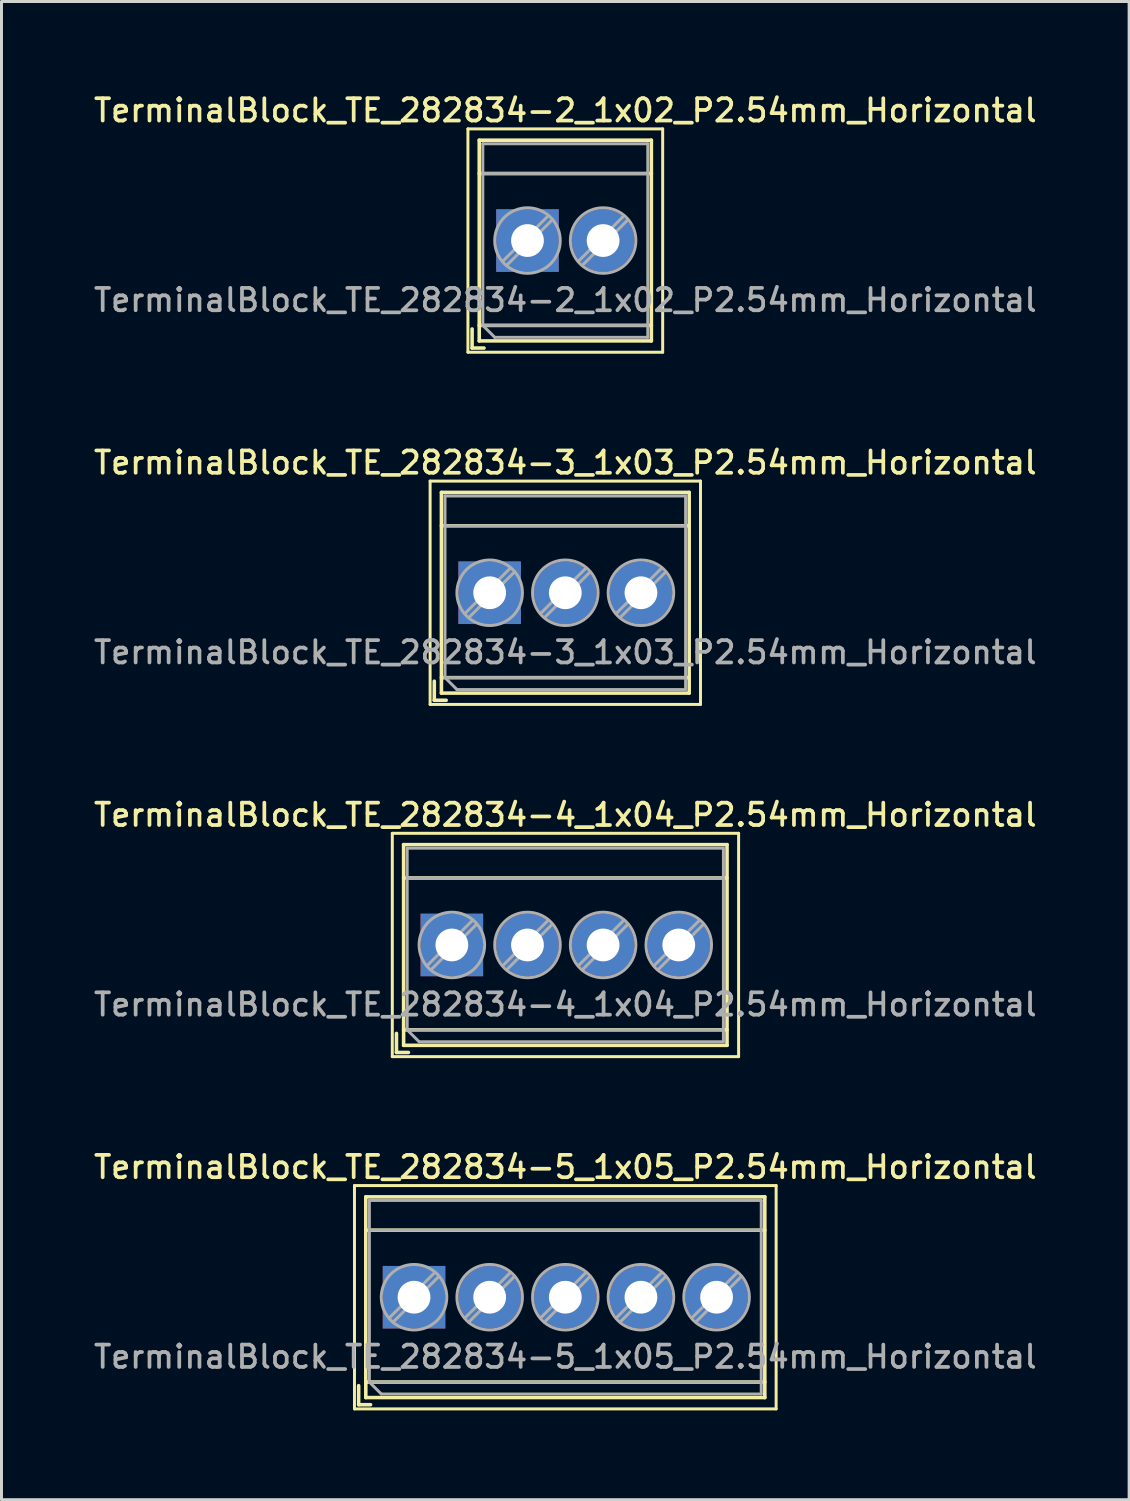
<source format=kicad_pcb>
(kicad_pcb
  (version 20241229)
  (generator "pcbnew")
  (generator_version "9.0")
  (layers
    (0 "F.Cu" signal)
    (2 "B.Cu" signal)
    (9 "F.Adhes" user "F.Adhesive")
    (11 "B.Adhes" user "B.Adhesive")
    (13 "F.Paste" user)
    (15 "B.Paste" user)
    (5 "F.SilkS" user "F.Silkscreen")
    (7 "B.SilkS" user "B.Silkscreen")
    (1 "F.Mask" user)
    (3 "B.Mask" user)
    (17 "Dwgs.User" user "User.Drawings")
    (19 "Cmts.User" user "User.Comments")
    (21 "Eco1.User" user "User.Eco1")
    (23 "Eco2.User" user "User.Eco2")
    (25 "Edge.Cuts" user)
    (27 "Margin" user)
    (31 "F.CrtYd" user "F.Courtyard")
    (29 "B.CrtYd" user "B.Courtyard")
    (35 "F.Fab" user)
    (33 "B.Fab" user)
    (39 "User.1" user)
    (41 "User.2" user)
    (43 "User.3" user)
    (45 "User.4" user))
  (footprint "TerminalBlock_TE_282834-2_1x02_P2.54mm_Horizontal"
    (layer "F.Cu")
    (at 14.664 5.028)
    (property "Reference" "TerminalBlock_TE_282834-2_1x02_P2.54mm_Horizontal" (at 1.27 -4.37 0) (layer "F.SilkS") (effects (font (size 0.75 0.75) (thickness 0.125))))
    (attr through_hole)
    (fp_line (start -2 -3.75) (end -2 3.75) (stroke (width 0.1) (type solid)) (layer "F.SilkS"))
    (fp_line (start -2 3.75) (end 4.54 3.75) (stroke (width 0.1) (type solid)) (layer "F.SilkS"))
    (fp_line (start -1.86 2.97) (end -1.86 3.61) (stroke (width 0.12) (type solid)) (layer "F.SilkS"))
    (fp_line (start -1.86 3.61) (end -1.46 3.61) (stroke (width 0.12) (type solid)) (layer "F.SilkS"))
    (fp_line (start -1.62 -3.37) (end -1.62 3.37) (stroke (width 0.12) (type solid)) (layer "F.SilkS"))
    (fp_line (start -1.62 -3.37) (end 4.16 -3.37) (stroke (width 0.12) (type solid)) (layer "F.SilkS"))
    (fp_line (start -1.62 -2.25) (end 4.16 -2.25) (stroke (width 0.12) (type solid)) (layer "F.SilkS"))
    (fp_line (start -1.62 2.85) (end 4.16 2.85) (stroke (width 0.12) (type solid)) (layer "F.SilkS"))
    (fp_line (start -1.62 3.37) (end 4.16 3.37) (stroke (width 0.12) (type solid)) (layer "F.SilkS"))
    (fp_line (start 4.16 -3.37) (end 4.16 3.37) (stroke (width 0.12) (type solid)) (layer "F.SilkS"))
    (fp_line (start 4.54 -3.75) (end -2 -3.75) (stroke (width 0.1) (type solid)) (layer "F.SilkS"))
    (fp_line (start 4.54 3.75) (end 4.54 -3.75) (stroke (width 0.1) (type solid)) (layer "F.SilkS"))
    (fp_line (start -1.5 -3.25) (end 4.04 -3.25) (stroke (width 0.1) (type solid)) (layer "F.Fab"))
    (fp_line (start -1.5 -2.25) (end 4.04 -2.25) (stroke (width 0.1) (type solid)) (layer "F.Fab"))
    (fp_line (start -1.5 2.85) (end -1.5 -3.25) (stroke (width 0.1) (type solid)) (layer "F.Fab"))
    (fp_line (start -1.5 2.85) (end 4.04 2.85) (stroke (width 0.1) (type solid)) (layer "F.Fab"))
    (fp_line (start -1.1 3.25) (end -1.5 2.85) (stroke (width 0.1) (type solid)) (layer "F.Fab"))
    (fp_line (start 0.701 -0.835) (end -0.835 0.7) (stroke (width 0.1) (type solid)) (layer "F.Fab"))
    (fp_line (start 0.835 -0.7) (end -0.701 0.835) (stroke (width 0.1) (type solid)) (layer "F.Fab"))
    (fp_line (start 3.241 -0.835) (end 1.706 0.7) (stroke (width 0.1) (type solid)) (layer "F.Fab"))
    (fp_line (start 3.375 -0.7) (end 1.84 0.835) (stroke (width 0.1) (type solid)) (layer "F.Fab"))
    (fp_line (start 4.04 -3.25) (end 4.04 3.25) (stroke (width 0.1) (type solid)) (layer "F.Fab"))
    (fp_line (start 4.04 3.25) (end -1.1 3.25) (stroke (width 0.1) (type solid)) (layer "F.Fab"))
    (fp_circle (center 0 0) (end 1.1 0) (stroke (width 0.1) (type solid)) (fill no) (layer "F.Fab"))
    (fp_circle (center 2.54 0) (end 3.64 0) (stroke (width 0.1) (type solid)) (fill no) (layer "F.Fab"))
    (fp_text user "${REFERENCE}" (at 1.27 2 0) (layer "F.Fab") (effects (font (size 0.75 0.75) (thickness 0.125))))
    (pad "1" thru_hole rect (at 0 0) (size 2.1 2.1) (drill 1.1) (layers "*.Cu" "*.Mask"))
    (pad "2" thru_hole circle (at 2.54 0) (size 2.1 2.1) (drill 1.1) (layers "*.Cu" "*.Mask")))
  (footprint "TerminalBlock_TE_282834-4_1x04_P2.54mm_Horizontal"
    (layer "F.Cu")
    (at 12.124 28.684)
    (property "Reference" "TerminalBlock_TE_282834-4_1x04_P2.54mm_Horizontal" (at 3.81 -4.37 0) (layer "F.SilkS") (effects (font (size 0.75 0.75) (thickness 0.125))))
    (attr through_hole)
    (fp_line (start -2 -3.75) (end -2 3.75) (stroke (width 0.1) (type solid)) (layer "F.SilkS"))
    (fp_line (start -2 3.75) (end 9.63 3.75) (stroke (width 0.1) (type solid)) (layer "F.SilkS"))
    (fp_line (start -1.86 2.97) (end -1.86 3.61) (stroke (width 0.12) (type solid)) (layer "F.SilkS"))
    (fp_line (start -1.86 3.61) (end -1.46 3.61) (stroke (width 0.12) (type solid)) (layer "F.SilkS"))
    (fp_line (start -1.62 -3.37) (end -1.62 3.37) (stroke (width 0.12) (type solid)) (layer "F.SilkS"))
    (fp_line (start -1.62 -3.37) (end 9.241 -3.37) (stroke (width 0.12) (type solid)) (layer "F.SilkS"))
    (fp_line (start -1.62 -2.25) (end 9.241 -2.25) (stroke (width 0.12) (type solid)) (layer "F.SilkS"))
    (fp_line (start -1.62 2.85) (end 9.241 2.85) (stroke (width 0.12) (type solid)) (layer "F.SilkS"))
    (fp_line (start -1.62 3.37) (end 9.241 3.37) (stroke (width 0.12) (type solid)) (layer "F.SilkS"))
    (fp_line (start 9.241 -3.37) (end 9.241 3.37) (stroke (width 0.12) (type solid)) (layer "F.SilkS"))
    (fp_line (start 9.63 -3.75) (end -2 -3.75) (stroke (width 0.1) (type solid)) (layer "F.SilkS"))
    (fp_line (start 9.63 3.75) (end 9.63 -3.75) (stroke (width 0.1) (type solid)) (layer "F.SilkS"))
    (fp_line (start -1.5 -3.25) (end 9.12 -3.25) (stroke (width 0.1) (type solid)) (layer "F.Fab"))
    (fp_line (start -1.5 -2.25) (end 9.12 -2.25) (stroke (width 0.1) (type solid)) (layer "F.Fab"))
    (fp_line (start -1.5 2.85) (end -1.5 -3.25) (stroke (width 0.1) (type solid)) (layer "F.Fab"))
    (fp_line (start -1.5 2.85) (end 9.12 2.85) (stroke (width 0.1) (type solid)) (layer "F.Fab"))
    (fp_line (start -1.1 3.25) (end -1.5 2.85) (stroke (width 0.1) (type solid)) (layer "F.Fab"))
    (fp_line (start 0.701 -0.835) (end -0.835 0.7) (stroke (width 0.1) (type solid)) (layer "F.Fab"))
    (fp_line (start 0.835 -0.7) (end -0.701 0.835) (stroke (width 0.1) (type solid)) (layer "F.Fab"))
    (fp_line (start 3.241 -0.835) (end 1.706 0.7) (stroke (width 0.1) (type solid)) (layer "F.Fab"))
    (fp_line (start 3.375 -0.7) (end 1.84 0.835) (stroke (width 0.1) (type solid)) (layer "F.Fab"))
    (fp_line (start 5.781 -0.835) (end 4.246 0.7) (stroke (width 0.1) (type solid)) (layer "F.Fab"))
    (fp_line (start 5.915 -0.7) (end 4.38 0.835) (stroke (width 0.1) (type solid)) (layer "F.Fab"))
    (fp_line (start 8.321 -0.835) (end 6.786 0.7) (stroke (width 0.1) (type solid)) (layer "F.Fab"))
    (fp_line (start 8.455 -0.7) (end 6.92 0.835) (stroke (width 0.1) (type solid)) (layer "F.Fab"))
    (fp_line (start 9.12 -3.25) (end 9.12 3.25) (stroke (width 0.1) (type solid)) (layer "F.Fab"))
    (fp_line (start 9.12 3.25) (end -1.1 3.25) (stroke (width 0.1) (type solid)) (layer "F.Fab"))
    (fp_circle (center 0 0) (end 1.1 0) (stroke (width 0.1) (type solid)) (fill no) (layer "F.Fab"))
    (fp_circle (center 2.54 0) (end 3.64 0) (stroke (width 0.1) (type solid)) (fill no) (layer "F.Fab"))
    (fp_circle (center 5.08 0) (end 6.18 0) (stroke (width 0.1) (type solid)) (fill no) (layer "F.Fab"))
    (fp_circle (center 7.62 0) (end 8.72 0) (stroke (width 0.1) (type solid)) (fill no) (layer "F.Fab"))
    (fp_text user "${REFERENCE}" (at 3.81 2 0) (layer "F.Fab") (effects (font (size 0.75 0.75) (thickness 0.125))))
    (pad "1" thru_hole rect (at 0 0) (size 2.1 2.1) (drill 1.1) (layers "*.Cu" "*.Mask"))
    (pad "2" thru_hole circle (at 2.54 0) (size 2.1 2.1) (drill 1.1) (layers "*.Cu" "*.Mask"))
    (pad "3" thru_hole circle (at 5.08 0) (size 2.1 2.1) (drill 1.1) (layers "*.Cu" "*.Mask"))
    (pad "4" thru_hole circle (at 7.62 0) (size 2.1 2.1) (drill 1.1) (layers "*.Cu" "*.Mask")))
  (footprint "TerminalBlock_TE_282834-3_1x03_P2.54mm_Horizontal"
    (layer "F.Cu")
    (at 13.394 16.856)
    (property "Reference" "TerminalBlock_TE_282834-3_1x03_P2.54mm_Horizontal" (at 2.54 -4.37 0) (layer "F.SilkS") (effects (font (size 0.75 0.75) (thickness 0.125))))
    (attr through_hole)
    (fp_line (start -2 -3.75) (end -2 3.75) (stroke (width 0.1) (type solid)) (layer "F.SilkS"))
    (fp_line (start -2 3.75) (end 7.08 3.75) (stroke (width 0.1) (type solid)) (layer "F.SilkS"))
    (fp_line (start -1.86 2.97) (end -1.86 3.61) (stroke (width 0.12) (type solid)) (layer "F.SilkS"))
    (fp_line (start -1.86 3.61) (end -1.46 3.61) (stroke (width 0.12) (type solid)) (layer "F.SilkS"))
    (fp_line (start -1.62 -3.37) (end -1.62 3.37) (stroke (width 0.12) (type solid)) (layer "F.SilkS"))
    (fp_line (start -1.62 -3.37) (end 6.7 -3.37) (stroke (width 0.12) (type solid)) (layer "F.SilkS"))
    (fp_line (start -1.62 -2.25) (end 6.7 -2.25) (stroke (width 0.12) (type solid)) (layer "F.SilkS"))
    (fp_line (start -1.62 2.85) (end 6.7 2.85) (stroke (width 0.12) (type solid)) (layer "F.SilkS"))
    (fp_line (start -1.62 3.37) (end 6.7 3.37) (stroke (width 0.12) (type solid)) (layer "F.SilkS"))
    (fp_line (start 6.7 -3.37) (end 6.7 3.37) (stroke (width 0.12) (type solid)) (layer "F.SilkS"))
    (fp_line (start 7.08 -3.75) (end -2 -3.75) (stroke (width 0.1) (type solid)) (layer "F.SilkS"))
    (fp_line (start 7.08 3.75) (end 7.08 -3.75) (stroke (width 0.1) (type solid)) (layer "F.SilkS"))
    (fp_line (start -1.5 -3.25) (end 6.58 -3.25) (stroke (width 0.1) (type solid)) (layer "F.Fab"))
    (fp_line (start -1.5 -2.25) (end 6.58 -2.25) (stroke (width 0.1) (type solid)) (layer "F.Fab"))
    (fp_line (start -1.5 2.85) (end -1.5 -3.25) (stroke (width 0.1) (type solid)) (layer "F.Fab"))
    (fp_line (start -1.5 2.85) (end 6.58 2.85) (stroke (width 0.1) (type solid)) (layer "F.Fab"))
    (fp_line (start -1.1 3.25) (end -1.5 2.85) (stroke (width 0.1) (type solid)) (layer "F.Fab"))
    (fp_line (start 0.701 -0.835) (end -0.835 0.7) (stroke (width 0.1) (type solid)) (layer "F.Fab"))
    (fp_line (start 0.835 -0.7) (end -0.701 0.835) (stroke (width 0.1) (type solid)) (layer "F.Fab"))
    (fp_line (start 3.241 -0.835) (end 1.706 0.7) (stroke (width 0.1) (type solid)) (layer "F.Fab"))
    (fp_line (start 3.375 -0.7) (end 1.84 0.835) (stroke (width 0.1) (type solid)) (layer "F.Fab"))
    (fp_line (start 5.781 -0.835) (end 4.246 0.7) (stroke (width 0.1) (type solid)) (layer "F.Fab"))
    (fp_line (start 5.915 -0.7) (end 4.38 0.835) (stroke (width 0.1) (type solid)) (layer "F.Fab"))
    (fp_line (start 6.58 -3.25) (end 6.58 3.25) (stroke (width 0.1) (type solid)) (layer "F.Fab"))
    (fp_line (start 6.58 3.25) (end -1.1 3.25) (stroke (width 0.1) (type solid)) (layer "F.Fab"))
    (fp_circle (center 0 0) (end 1.1 0) (stroke (width 0.1) (type solid)) (fill no) (layer "F.Fab"))
    (fp_circle (center 2.54 0) (end 3.64 0) (stroke (width 0.1) (type solid)) (fill no) (layer "F.Fab"))
    (fp_circle (center 5.08 0) (end 6.18 0) (stroke (width 0.1) (type solid)) (fill no) (layer "F.Fab"))
    (fp_text user "${REFERENCE}" (at 2.54 2 0) (layer "F.Fab") (effects (font (size 0.75 0.75) (thickness 0.125))))
    (pad "1" thru_hole rect (at 0 0) (size 2.1 2.1) (drill 1.1) (layers "*.Cu" "*.Mask"))
    (pad "2" thru_hole circle (at 2.54 0) (size 2.1 2.1) (drill 1.1) (layers "*.Cu" "*.Mask"))
    (pad "3" thru_hole circle (at 5.08 0) (size 2.1 2.1) (drill 1.1) (layers "*.Cu" "*.Mask")))
  (footprint "TerminalBlock_TE_282834-5_1x05_P2.54mm_Horizontal"
    (layer "F.Cu")
    (at 10.854 40.513)
    (property "Reference" "TerminalBlock_TE_282834-5_1x05_P2.54mm_Horizontal" (at 5.08 -4.37 0) (layer "F.SilkS") (effects (font (size 0.75 0.75) (thickness 0.125))))
    (attr through_hole)
    (fp_line (start -2 -3.75) (end -2 3.75) (stroke (width 0.1) (type solid)) (layer "F.SilkS"))
    (fp_line (start -2 3.75) (end 12.16 3.75) (stroke (width 0.1) (type solid)) (layer "F.SilkS"))
    (fp_line (start -1.86 2.97) (end -1.86 3.61) (stroke (width 0.12) (type solid)) (layer "F.SilkS"))
    (fp_line (start -1.86 3.61) (end -1.46 3.61) (stroke (width 0.12) (type solid)) (layer "F.SilkS"))
    (fp_line (start -1.62 -3.37) (end -1.62 3.37) (stroke (width 0.12) (type solid)) (layer "F.SilkS"))
    (fp_line (start -1.62 -3.37) (end 11.78 -3.37) (stroke (width 0.12) (type solid)) (layer "F.SilkS"))
    (fp_line (start -1.62 -2.25) (end 11.78 -2.25) (stroke (width 0.12) (type solid)) (layer "F.SilkS"))
    (fp_line (start -1.62 2.85) (end 11.78 2.85) (stroke (width 0.12) (type solid)) (layer "F.SilkS"))
    (fp_line (start -1.62 3.37) (end 11.78 3.37) (stroke (width 0.12) (type solid)) (layer "F.SilkS"))
    (fp_line (start 11.78 -3.37) (end 11.78 3.37) (stroke (width 0.12) (type solid)) (layer "F.SilkS"))
    (fp_line (start 12.16 -3.75) (end -2 -3.75) (stroke (width 0.1) (type solid)) (layer "F.SilkS"))
    (fp_line (start 12.16 3.75) (end 12.16 -3.75) (stroke (width 0.1) (type solid)) (layer "F.SilkS"))
    (fp_line (start -1.5 -3.25) (end 11.66 -3.25) (stroke (width 0.1) (type solid)) (layer "F.Fab"))
    (fp_line (start -1.5 -2.25) (end 11.66 -2.25) (stroke (width 0.1) (type solid)) (layer "F.Fab"))
    (fp_line (start -1.5 2.85) (end -1.5 -3.25) (stroke (width 0.1) (type solid)) (layer "F.Fab"))
    (fp_line (start -1.5 2.85) (end 11.66 2.85) (stroke (width 0.1) (type solid)) (layer "F.Fab"))
    (fp_line (start -1.1 3.25) (end -1.5 2.85) (stroke (width 0.1) (type solid)) (layer "F.Fab"))
    (fp_line (start 0.701 -0.835) (end -0.835 0.7) (stroke (width 0.1) (type solid)) (layer "F.Fab"))
    (fp_line (start 0.835 -0.7) (end -0.701 0.835) (stroke (width 0.1) (type solid)) (layer "F.Fab"))
    (fp_line (start 3.241 -0.835) (end 1.706 0.7) (stroke (width 0.1) (type solid)) (layer "F.Fab"))
    (fp_line (start 3.375 -0.7) (end 1.84 0.835) (stroke (width 0.1) (type solid)) (layer "F.Fab"))
    (fp_line (start 5.781 -0.835) (end 4.246 0.7) (stroke (width 0.1) (type solid)) (layer "F.Fab"))
    (fp_line (start 5.915 -0.7) (end 4.38 0.835) (stroke (width 0.1) (type solid)) (layer "F.Fab"))
    (fp_line (start 8.321 -0.835) (end 6.786 0.7) (stroke (width 0.1) (type solid)) (layer "F.Fab"))
    (fp_line (start 8.455 -0.7) (end 6.92 0.835) (stroke (width 0.1) (type solid)) (layer "F.Fab"))
    (fp_line (start 10.861 -0.835) (end 9.326 0.7) (stroke (width 0.1) (type solid)) (layer "F.Fab"))
    (fp_line (start 10.995 -0.7) (end 9.46 0.835) (stroke (width 0.1) (type solid)) (layer "F.Fab"))
    (fp_line (start 11.66 -3.25) (end 11.66 3.25) (stroke (width 0.1) (type solid)) (layer "F.Fab"))
    (fp_line (start 11.66 3.25) (end -1.1 3.25) (stroke (width 0.1) (type solid)) (layer "F.Fab"))
    (fp_circle (center 0 0) (end 1.1 0) (stroke (width 0.1) (type solid)) (fill no) (layer "F.Fab"))
    (fp_circle (center 2.54 0) (end 3.64 0) (stroke (width 0.1) (type solid)) (fill no) (layer "F.Fab"))
    (fp_circle (center 5.08 0) (end 6.18 0) (stroke (width 0.1) (type solid)) (fill no) (layer "F.Fab"))
    (fp_circle (center 7.62 0) (end 8.72 0) (stroke (width 0.1) (type solid)) (fill no) (layer "F.Fab"))
    (fp_circle (center 10.16 0) (end 11.26 0) (stroke (width 0.1) (type solid)) (fill no) (layer "F.Fab"))
    (fp_text user "${REFERENCE}" (at 5.08 2 0) (layer "F.Fab") (effects (font (size 0.75 0.75) (thickness 0.125))))
    (pad "1" thru_hole rect (at 0 0) (size 2.1 2.1) (drill 1.1) (layers "*.Cu" "*.Mask"))
    (pad "2" thru_hole circle (at 2.54 0) (size 2.1 2.1) (drill 1.1) (layers "*.Cu" "*.Mask"))
    (pad "3" thru_hole circle (at 5.08 0) (size 2.1 2.1) (drill 1.1) (layers "*.Cu" "*.Mask"))
    (pad "4" thru_hole circle (at 7.62 0) (size 2.1 2.1) (drill 1.1) (layers "*.Cu" "*.Mask"))
    (pad "5" thru_hole circle (at 10.16 0) (size 2.1 2.1) (drill 1.1) (layers "*.Cu" "*.Mask")))
  (gr_rect
    (start -3 -3)
    (end 34.868 47.312)
    (stroke (width 0.1) (type default))
    (fill no)
    (layer "Edge.Cuts")))
</source>
